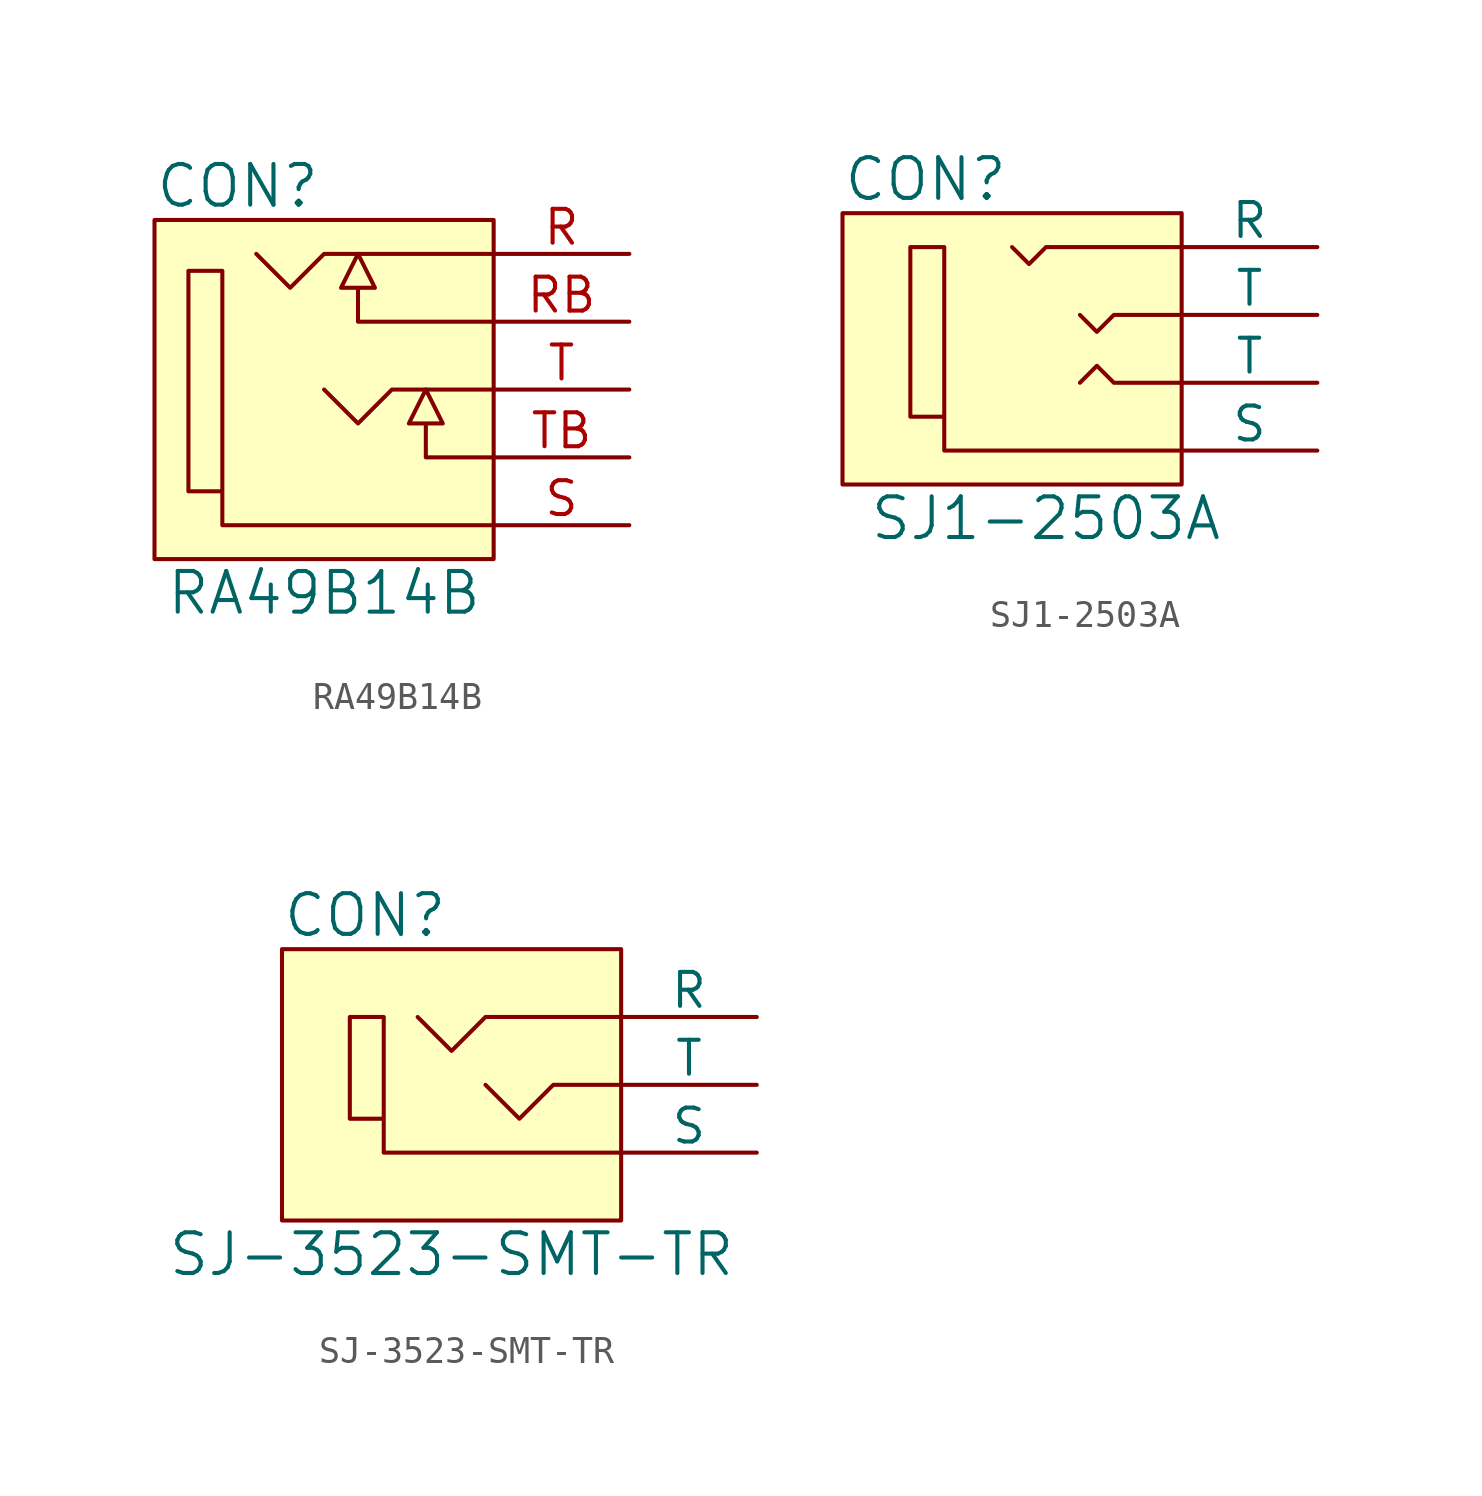
<source format=kicad_sym>
(kicad_symbol_lib
  (version 20201005)
  (generator kicad_symbol_editor)
  (symbol "RA49B14B"
    (pin_names
      (offset 0.025))
    (property "Reference" "CON"
      (at -7.62 7.62 0)
      (effects (font (size 1.524 1.524)) (justify left)))
    (property "Value" "RA49B14B"
      (at -1.27 -7.62 0)
      (effects (font (size 1.524 1.524))))
    (symbol "RA49B14B_0_1"
      (rectangle (start 5.08 6.35) (end -7.62 -6.35) (stroke (width 0)) (fill (type background)))
      (polyline (pts (xy 5.08 0) (xy 1.27 0) (xy 0 -1.27) (xy -1.27 0)) (stroke (width 0)) (fill (type none)))
      (polyline (pts (xy 5.08 5.08) (xy -1.27 5.08) (xy -2.54 3.81) (xy -3.81 5.08)) (stroke (width 0)) (fill (type none)))
      (polyline (pts (xy 5.08 -5.08) (xy -5.08 -5.08) (xy -5.08 4.445) (xy -6.35 4.445) (xy -6.35 -3.81) (xy -5.08 -3.81)) (stroke (width 0)) (fill (type none)))
      (polyline (pts (xy 5.08 -2.54) (xy 2.54 -2.54) (xy 2.54 -1.27) (xy 1.905 -1.27) (xy 2.54 0) (xy 3.175 -1.27) (xy 2.54 -1.27)) (stroke (width 0)) (fill (type none)))
      (polyline (pts (xy 5.08 2.54) (xy 0 2.54) (xy 0 3.81) (xy -0.635 3.81) (xy 0 5.08) (xy 0.635 3.81) (xy 0 3.81)) (stroke (width 0)) (fill (type none))))
    (symbol "RA49B14B_1_1"
      (pin passive line (at 10.16 5.08 180) (length 5.08) (name "~" (effects (font (size 1.27 1.27)))) (number "R" (effects (font (size 1.27 1.27)))))
      (pin passive line (at 10.16 -5.08 180) (length 5.08) (name "~" (effects (font (size 1.27 1.27)))) (number "S" (effects (font (size 1.27 1.27)))))
      (pin passive line (at 10.16 0 180) (length 5.08) (name "~" (effects (font (size 1.27 1.27)))) (number "T" (effects (font (size 1.27 1.27)))))
      (pin passive line (at 10.16 2.54 180) (length 5.08) (name "~" (effects (font (size 1.27 1.27)))) (number "RB" (effects (font (size 1.27 1.27)))))
      (pin passive line (at 10.16 -2.54 180) (length 5.08) (name "~" (effects (font (size 1.27 1.27)))) (number "TB" (effects (font (size 1.27 1.27)))))))
  (symbol "SJ1-2503A"
    (pin_numbers hide)
    (pin_names
      (offset 0))
    (property "Reference" "CON"
      (at -7.62 5.08 0)
      (effects (font (size 1.524 1.524)) (justify left)))
    (property "Value" "SJ1-2503A"
      (at 0 -7.62 0)
      (effects (font (size 1.524 1.524))))
    (symbol "SJ1-2503A_0_1"
      (rectangle (start 5.08 3.81) (end -7.62 -6.35) (stroke (width 0)) (fill (type background)))
      (polyline (pts (xy 5.08 -2.54) (xy 2.54 -2.54) (xy 1.905 -1.905) (xy 1.27 -2.54)) (stroke (width 0)) (fill (type none)))
      (polyline (pts (xy 5.08 0) (xy 2.54 0) (xy 1.905 -0.635) (xy 1.27 0)) (stroke (width 0)) (fill (type none)))
      (polyline (pts (xy 5.08 2.54) (xy 0 2.54) (xy -0.635 1.905) (xy -1.27 2.54)) (stroke (width 0)) (fill (type none)))
      (polyline (pts (xy 5.08 -5.08) (xy -3.81 -5.08) (xy -3.81 2.54) (xy -5.08 2.54) (xy -5.08 -3.81) (xy -3.81 -3.81)) (stroke (width 0)) (fill (type none))))
    (symbol "SJ1-2503A_1_1"
      (pin passive line (at 10.16 -5.08 180) (length 5.08) (name "S" (effects (font (size 1.27 1.27)))) (number "1" (effects (font (size 1.27 1.27)))))
      (pin passive line (at 10.16 0 180) (length 5.08) (name "T" (effects (font (size 1.27 1.27)))) (number "2" (effects (font (size 1.27 1.27)))))
      (pin passive line (at 10.16 -2.54 180) (length 5.08) (name "T" (effects (font (size 1.27 1.27)))) (number "3" (effects (font (size 1.27 1.27)))))
      (pin passive line (at 10.16 2.54 180) (length 5.08) (name "R" (effects (font (size 1.27 1.27)))) (number "4" (effects (font (size 1.27 1.27)))))))
  (symbol "SJ-3523-SMT-TR"
    (pin_numbers hide)
    (pin_names
      (offset 0))
    (property "Reference" "CON"
      (at -7.62 6.35 0)
      (effects (font (size 1.524 1.524)) (justify left)))
    (property "Value" "SJ-3523-SMT-TR"
      (at -1.27 -6.35 0)
      (effects (font (size 1.524 1.524))))
    (symbol "SJ-3523-SMT-TR_0_1"
      (rectangle (start 5.08 5.08) (end -7.62 -5.08) (stroke (width 0)) (fill (type background)))
      (polyline (pts (xy 5.08 0) (xy 2.54 0) (xy 1.27 -1.27) (xy 0 0)) (stroke (width 0)) (fill (type none)))
      (polyline (pts (xy 5.08 2.54) (xy 0 2.54) (xy -1.27 1.27) (xy -2.54 2.54)) (stroke (width 0)) (fill (type none)))
      (polyline (pts (xy 5.08 -2.54) (xy -3.81 -2.54) (xy -3.81 2.54) (xy -5.08 2.54) (xy -5.08 -1.27) (xy -3.81 -1.27)) (stroke (width 0)) (fill (type none))))
    (symbol "SJ-3523-SMT-TR_1_1"
      (pin passive line (at 10.16 -2.54 180) (length 5.08) (name "S" (effects (font (size 1.27 1.27)))) (number "1" (effects (font (size 1.27 1.27)))))
      (pin passive line (at 10.16 0 180) (length 5.08) (name "T" (effects (font (size 1.27 1.27)))) (number "2" (effects (font (size 1.27 1.27)))))
      (pin passive line (at 10.16 2.54 180) (length 5.08) (name "R" (effects (font (size 1.27 1.27)))) (number "3" (effects (font (size 1.27 1.27))))))))
</source>
